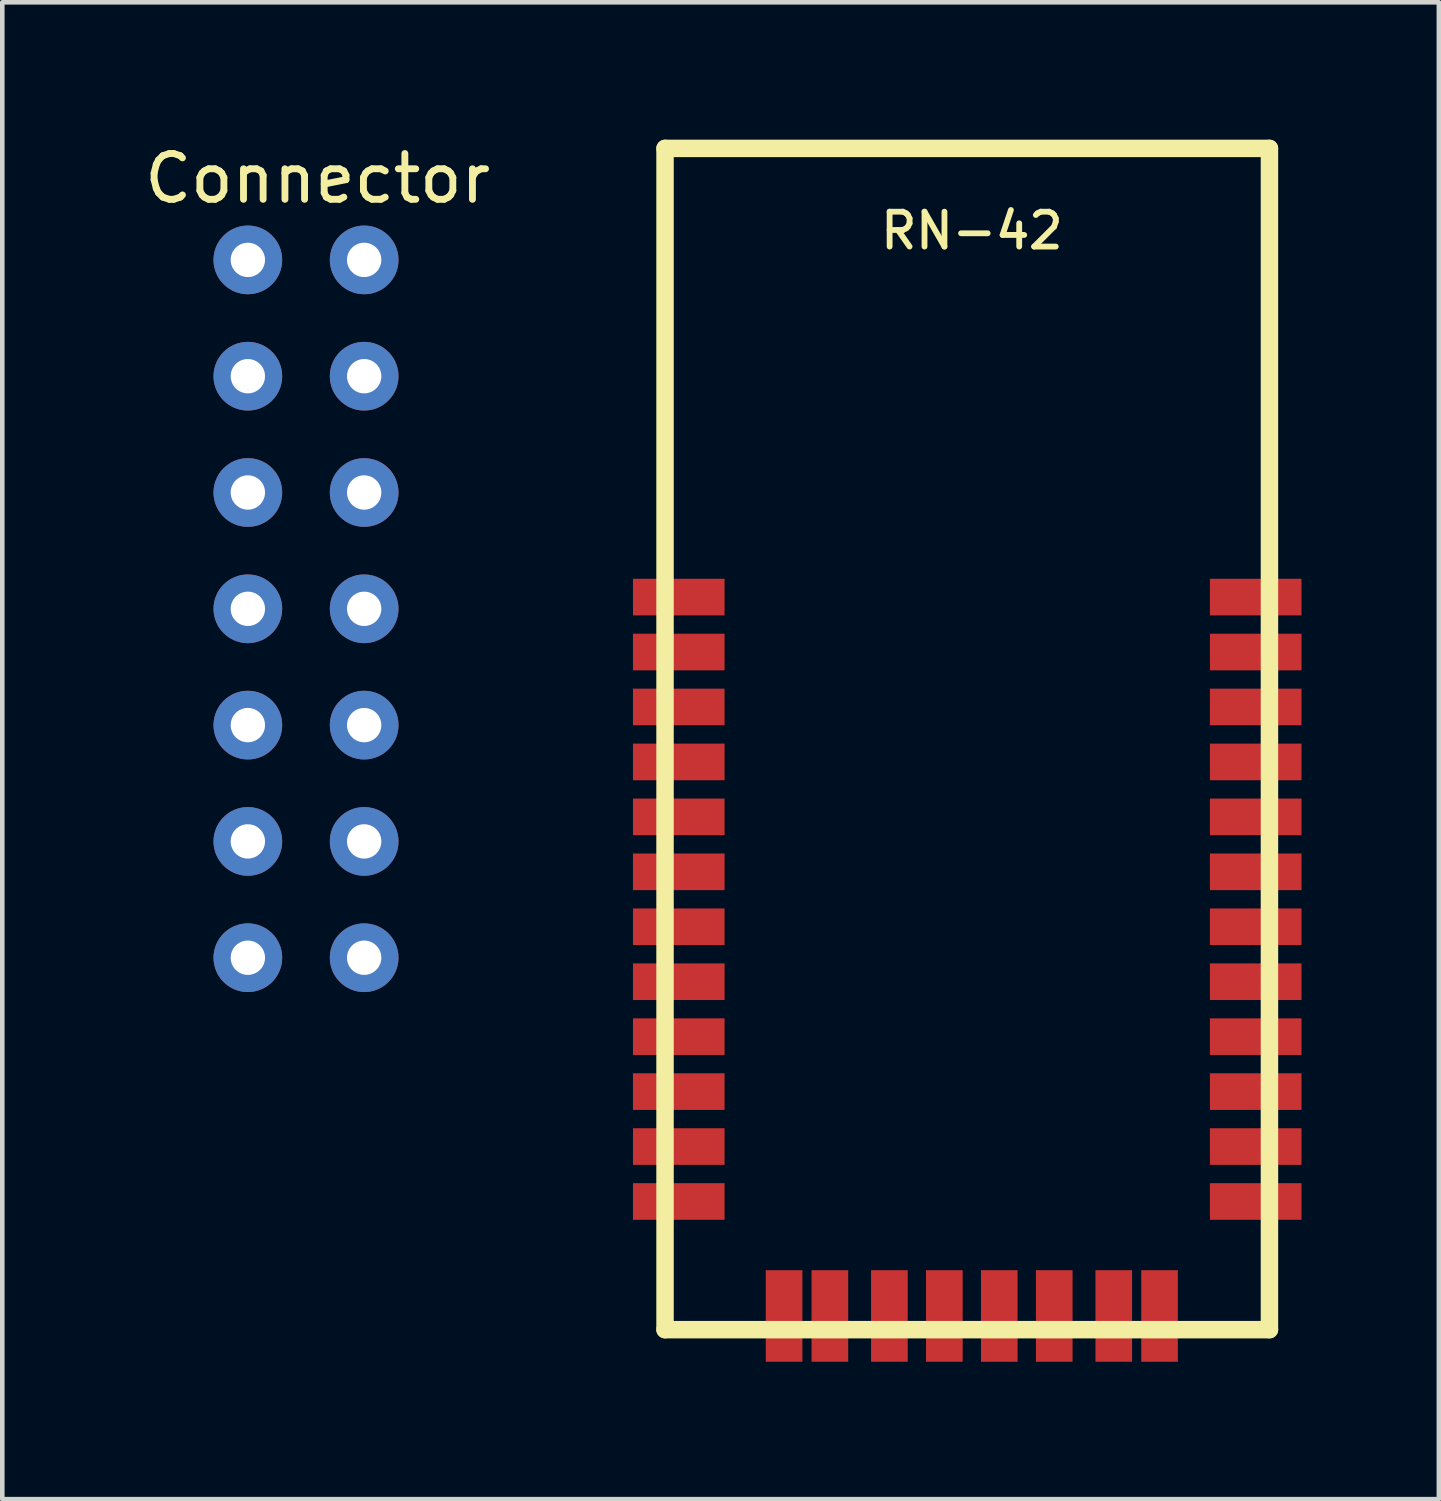
<source format=kicad_pcb>
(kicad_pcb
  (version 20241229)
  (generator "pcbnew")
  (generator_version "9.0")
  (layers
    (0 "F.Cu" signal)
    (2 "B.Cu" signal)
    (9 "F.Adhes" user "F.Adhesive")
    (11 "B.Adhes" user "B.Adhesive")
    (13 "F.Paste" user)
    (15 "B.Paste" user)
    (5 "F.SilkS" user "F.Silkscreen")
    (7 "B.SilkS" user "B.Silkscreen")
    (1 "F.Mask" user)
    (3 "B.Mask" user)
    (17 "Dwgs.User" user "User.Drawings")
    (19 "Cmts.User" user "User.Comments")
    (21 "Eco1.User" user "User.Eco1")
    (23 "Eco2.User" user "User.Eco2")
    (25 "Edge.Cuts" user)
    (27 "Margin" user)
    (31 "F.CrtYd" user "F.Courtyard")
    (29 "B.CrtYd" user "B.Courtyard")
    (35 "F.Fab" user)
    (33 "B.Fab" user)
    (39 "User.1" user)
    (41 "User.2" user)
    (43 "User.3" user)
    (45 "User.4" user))
  (footprint "Connector"
    (layer "F.Cu")
    (at 2.363 2.626)
    (property "Reference" "Connector" (at 1.524 -1.778 0) (layer "F.SilkS") (effects (font (size 1 1) (thickness 0.15))))
    (attr through_hole)
    (pad "1" thru_hole circle (at 0 0) (size 1.5 1.5) (drill 0.75) (layers "*.Cu" "*.Mask"))
    (pad "2" thru_hole circle (at 0 2.54) (size 1.5 1.5) (drill 0.75) (layers "*.Cu" "*.Mask"))
    (pad "3" thru_hole circle (at 0 5.08) (size 1.5 1.5) (drill 0.75) (layers "*.Cu" "*.Mask"))
    (pad "4" thru_hole circle (at 0 7.62) (size 1.5 1.5) (drill 0.75) (layers "*.Cu" "*.Mask"))
    (pad "5" thru_hole circle (at 0 10.16) (size 1.5 1.5) (drill 0.75) (layers "*.Cu" "*.Mask"))
    (pad "6" thru_hole circle (at 0 12.7) (size 1.5 1.5) (drill 0.75) (layers "*.Cu" "*.Mask"))
    (pad "7" thru_hole circle (at 0 15.24) (size 1.5 1.5) (drill 0.75) (layers "*.Cu" "*.Mask"))
    (pad "8" thru_hole circle (at 2.54 15.24) (size 1.5 1.5) (drill 0.75) (layers "*.Cu" "*.Mask"))
    (pad "9" thru_hole circle (at 2.54 12.7) (size 1.5 1.5) (drill 0.75) (layers "*.Cu" "*.Mask"))
    (pad "10" thru_hole circle (at 2.54 10.16) (size 1.5 1.5) (drill 0.75) (layers "*.Cu" "*.Mask"))
    (pad "11" thru_hole circle (at 2.54 7.62) (size 1.5 1.5) (drill 0.75) (layers "*.Cu" "*.Mask"))
    (pad "12" thru_hole circle (at 2.54 5.08) (size 1.5 1.5) (drill 0.75) (layers "*.Cu" "*.Mask"))
    (pad "13" thru_hole circle (at 2.54 2.54) (size 1.5 1.5) (drill 0.75) (layers "*.Cu" "*.Mask"))
    (pad "14" thru_hole circle (at 2.54 0) (size 1.5 1.5) (drill 0.75) (layers "*.Cu" "*.Mask")))
  (footprint "RN-42"
    (layer "F.Cu")
    (at 11.474 9.99)
    (property "Reference" "RN-42" (at 6.701 -8.001 0) (layer "F.SilkS") (effects (font (size 0.762 0.762) (thickness 0.127))))
    (attr through_hole)
    (fp_line (start 0 -9.799) (end 13.2 -9.799) (stroke (width 0.381) (type solid)) (layer "F.SilkS"))
    (fp_line (start 0 15.999) (end 0 -9.799) (stroke (width 0.381) (type solid)) (layer "F.SilkS"))
    (fp_line (start 13.2 -9.799) (end 13.2 15.999) (stroke (width 0.381) (type solid)) (layer "F.SilkS"))
    (fp_line (start 13.2 15.999) (end 0 15.999) (stroke (width 0.381) (type solid)) (layer "F.SilkS"))
    (pad "1" smd rect (at 0.3 0) (size 2 0.8) (layers "F.Cu" "F.Mask" "F.Paste"))
    (pad "2" smd rect (at 0.3 1.2) (size 2 0.8) (layers "F.Cu" "F.Mask" "F.Paste"))
    (pad "3" smd rect (at 0.3 2.4) (size 2 0.8) (layers "F.Cu" "F.Mask" "F.Paste"))
    (pad "4" smd rect (at 0.3 3.6) (size 2 0.8) (layers "F.Cu" "F.Mask" "F.Paste"))
    (pad "5" smd rect (at 0.3 4.8) (size 2 0.8) (layers "F.Cu" "F.Mask" "F.Paste"))
    (pad "6" smd rect (at 0.3 6) (size 2 0.8) (layers "F.Cu" "F.Mask" "F.Paste"))
    (pad "7" smd rect (at 0.3 7.2) (size 2 0.8) (layers "F.Cu" "F.Mask" "F.Paste"))
    (pad "8" smd rect (at 0.3 8.4) (size 2 0.8) (layers "F.Cu" "F.Mask" "F.Paste"))
    (pad "9" smd rect (at 0.3 9.6) (size 2 0.8) (layers "F.Cu" "F.Mask" "F.Paste"))
    (pad "10" smd rect (at 0.3 10.8) (size 2 0.8) (layers "F.Cu" "F.Mask" "F.Paste"))
    (pad "11" smd rect (at 0.3 12) (size 2 0.8) (layers "F.Cu" "F.Mask" "F.Paste"))
    (pad "12" smd rect (at 0.3 13.2) (size 2 0.8) (layers "F.Cu" "F.Mask" "F.Paste"))
    (pad "13" smd rect (at 12.9 13.2) (size 2 0.8) (layers "F.Cu" "F.Mask" "F.Paste"))
    (pad "14" smd rect (at 12.9 12) (size 2 0.8) (layers "F.Cu" "F.Mask" "F.Paste"))
    (pad "15" smd rect (at 12.9 10.8) (size 2 0.8) (layers "F.Cu" "F.Mask" "F.Paste"))
    (pad "16" smd rect (at 12.9 9.6) (size 2 0.8) (layers "F.Cu" "F.Mask" "F.Paste"))
    (pad "17" smd rect (at 12.9 8.4) (size 2 0.8) (layers "F.Cu" "F.Mask" "F.Paste"))
    (pad "18" smd rect (at 12.9 7.2) (size 2 0.8) (layers "F.Cu" "F.Mask" "F.Paste"))
    (pad "19" smd rect (at 12.9 6) (size 2 0.8) (layers "F.Cu" "F.Mask" "F.Paste"))
    (pad "20" smd rect (at 12.9 4.8) (size 2 0.8) (layers "F.Cu" "F.Mask" "F.Paste"))
    (pad "21" smd rect (at 12.9 3.6) (size 2 0.8) (layers "F.Cu" "F.Mask" "F.Paste"))
    (pad "22" smd rect (at 12.9 2.4) (size 2 0.8) (layers "F.Cu" "F.Mask" "F.Paste"))
    (pad "23" smd rect (at 12.9 1.2) (size 2 0.8) (layers "F.Cu" "F.Mask" "F.Paste"))
    (pad "24" smd rect (at 12.9 0) (size 2 0.8) (layers "F.Cu" "F.Mask" "F.Paste"))
    (pad "28" smd rect (at 9.8 15.7) (size 0.8 2) (layers "F.Cu" "F.Mask" "F.Paste"))
    (pad "29" smd rect (at 3.6 15.7) (size 0.8 2) (layers "F.Cu" "F.Mask" "F.Paste"))
    (pad "30" smd rect (at 10.8 15.7) (size 0.8 2) (layers "F.Cu" "F.Mask" "F.Paste"))
    (pad "31" smd rect (at 8.5 15.7) (size 0.8 2) (layers "F.Cu" "F.Mask" "F.Paste"))
    (pad "32" smd rect (at 7.3 15.7) (size 0.8 2) (layers "F.Cu" "F.Mask" "F.Paste"))
    (pad "33" smd rect (at 6.1 15.7) (size 0.8 2) (layers "F.Cu" "F.Mask" "F.Paste"))
    (pad "34" smd rect (at 4.9 15.7) (size 0.8 2) (layers "F.Cu" "F.Mask" "F.Paste"))
    (pad "35" smd rect (at 2.6 15.7) (size 0.8 2) (layers "F.Cu" "F.Mask" "F.Paste")))
  (gr_rect
    (start -3 -3)
    (end 28.374 29.69)
    (stroke (width 0.1) (type default))
    (fill no)
    (layer "Edge.Cuts")))
</source>
